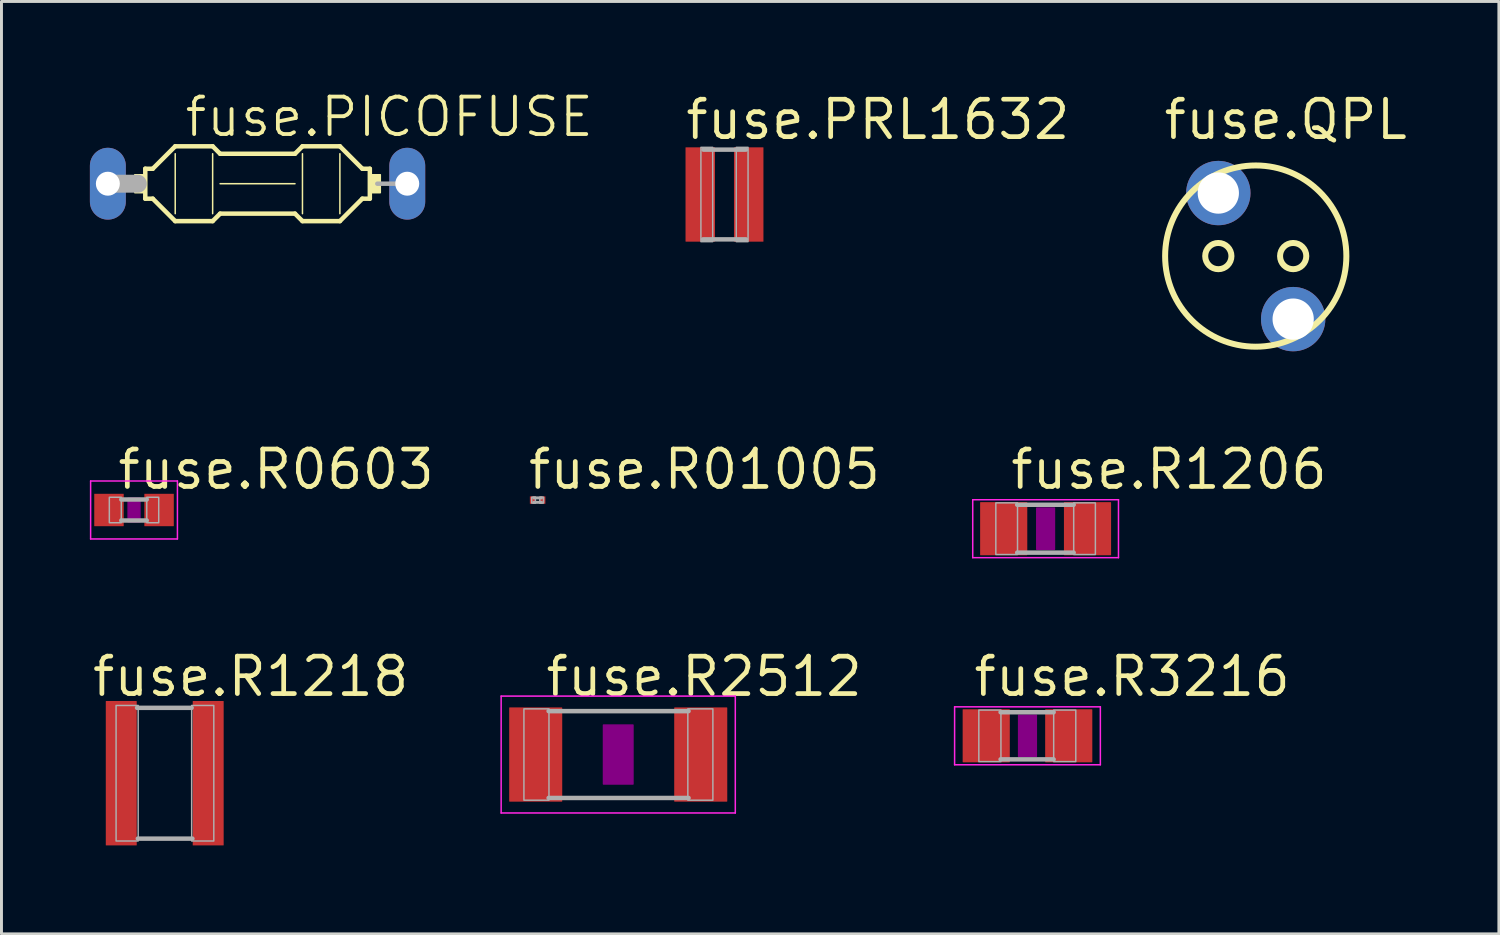
<source format=kicad_pcb>
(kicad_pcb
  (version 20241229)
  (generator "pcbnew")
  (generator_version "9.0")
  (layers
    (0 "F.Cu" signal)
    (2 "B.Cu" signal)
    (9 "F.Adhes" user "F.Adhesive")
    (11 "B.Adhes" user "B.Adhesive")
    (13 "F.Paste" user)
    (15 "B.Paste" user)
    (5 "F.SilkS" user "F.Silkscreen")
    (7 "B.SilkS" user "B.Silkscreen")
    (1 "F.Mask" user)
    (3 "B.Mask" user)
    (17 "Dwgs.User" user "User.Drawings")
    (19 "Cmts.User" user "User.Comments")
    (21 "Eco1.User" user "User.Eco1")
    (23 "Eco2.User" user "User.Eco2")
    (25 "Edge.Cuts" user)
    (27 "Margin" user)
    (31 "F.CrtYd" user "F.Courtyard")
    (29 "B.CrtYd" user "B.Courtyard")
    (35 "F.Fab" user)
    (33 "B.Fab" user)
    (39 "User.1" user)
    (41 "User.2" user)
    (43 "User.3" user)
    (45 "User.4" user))
  (footprint "fuse.R1218"
    (layer "F.Cu")
    (at 2.54 23.189)
    (property "Reference" "fuse.R1218" (at -2.54 -2.54 0) (layer "F.SilkS") (effects (font (size 1.27 1.27) (thickness 0.16)) (justify left bottom)))
    (attr smd)
    (fp_line (start -0.913 2.219) (end 0.939 2.219) (stroke (width 0.152) (type default)) (layer "F.Fab"))
    (fp_line (start 0.913 -2.219) (end -0.939 -2.219) (stroke (width 0.152) (type default)) (layer "F.Fab"))
    (fp_rect (start -1.651 2.3) (end -0.901 -2.3) (stroke (width 0.05) (type default)) (fill no) (layer "F.Fab"))
    (fp_rect (start 0.914 2.3) (end 1.665 -2.3) (stroke (width 0.05) (type default)) (fill no) (layer "F.Fab"))
    (pad "1" smd roundrect (at -1.475 0) (size 1.05 4.9) (layers "F.Cu" "F.Mask" "F.Paste") (roundrect_rratio 0.01))
    (pad "2" smd roundrect (at 1.475 0) (size 1.05 4.9) (layers "F.Cu" "F.Mask" "F.Paste") (roundrect_rratio 0.01)))
  (footprint "fuse.QPL"
    (layer "F.Cu")
    (at 39.563 5.64)
    (property "Reference" "fuse.QPL" (at -3.2 -3.89 0) (layer "F.SilkS") (effects (font (size 1.27 1.27) (thickness 0.16)) (justify left bottom)))
    (attr through_hole)
    (fp_circle (center -1.27 0) (end -0.825 0) (stroke (width 0.203) (type default)) (fill no) (layer "F.SilkS"))
    (fp_circle (center 0 0) (end 3.075 0) (stroke (width 0.203) (type default)) (fill no) (layer "F.SilkS"))
    (fp_circle (center 1.27 0) (end 1.715 0) (stroke (width 0.203) (type default)) (fill no) (layer "F.SilkS"))
    (pad "1" thru_hole circle (at -1.27 -2.139) (size 2.184 2.184) (drill 1.4) (layers "*.Cu" "*.Mask"))
    (pad "2" thru_hole circle (at 1.27 2.139) (size 2.184 2.184) (drill 1.4) (layers "*.Cu" "*.Mask")))
  (footprint "fuse.R1206"
    (layer "F.Cu")
    (at 32.432 14.891)
    (property "Reference" "fuse.R1206" (at -1.27 -1.27 0) (layer "F.SilkS") (effects (font (size 1.27 1.27) (thickness 0.16)) (justify left bottom)))
    (attr smd)
    (fp_rect (start -0.3 0.7) (end 0.3 -0.7) (stroke (width 0.05) (type default)) (fill yes) (layer "F.Adhes"))
    (fp_line (start -2.473 -0.983) (end 2.473 -0.983) (stroke (width 0.051) (type default)) (layer "F.CrtYd"))
    (fp_line (start -2.473 0.983) (end -2.473 -0.983) (stroke (width 0.051) (type default)) (layer "F.CrtYd"))
    (fp_line (start 2.473 -0.983) (end 2.473 0.983) (stroke (width 0.051) (type default)) (layer "F.CrtYd"))
    (fp_line (start 2.473 0.983) (end -2.473 0.983) (stroke (width 0.051) (type default)) (layer "F.CrtYd"))
    (fp_line (start 0.953 -0.813) (end -0.965 -0.813) (stroke (width 0.152) (type default)) (layer "F.Fab"))
    (fp_line (start 0.953 0.813) (end -0.965 0.813) (stroke (width 0.152) (type default)) (layer "F.Fab"))
    (fp_rect (start -1.689 0.876) (end -0.953 -0.876) (stroke (width 0.05) (type default)) (fill no) (layer "F.Fab"))
    (fp_rect (start 0.953 0.876) (end 1.689 -0.876) (stroke (width 0.05) (type default)) (fill no) (layer "F.Fab"))
    (pad "1" smd roundrect (at -1.422 0) (size 1.6 1.803) (layers "F.Cu" "F.Mask" "F.Paste") (roundrect_rratio 0.01))
    (pad "2" smd roundrect (at 1.422 0) (size 1.6 1.803) (layers "F.Cu" "F.Mask" "F.Paste") (roundrect_rratio 0.01)))
  (footprint "fuse.R3216"
    (layer "F.Cu")
    (at 31.817 21.919)
    (property "Reference" "fuse.R3216" (at -1.905 -1.27 0) (layer "F.SilkS") (effects (font (size 1.27 1.27) (thickness 0.16)) (justify left bottom)))
    (attr smd)
    (fp_rect (start -0.3 0.7) (end 0.3 -0.7) (stroke (width 0.05) (type default)) (fill yes) (layer "F.Adhes"))
    (fp_line (start -2.473 -0.983) (end 2.473 -0.983) (stroke (width 0.051) (type default)) (layer "F.CrtYd"))
    (fp_line (start -2.473 0.983) (end -2.473 -0.983) (stroke (width 0.051) (type default)) (layer "F.CrtYd"))
    (fp_line (start 2.473 -0.983) (end 2.473 0.983) (stroke (width 0.051) (type default)) (layer "F.CrtYd"))
    (fp_line (start 2.473 0.983) (end -2.473 0.983) (stroke (width 0.051) (type default)) (layer "F.CrtYd"))
    (fp_line (start -0.913 -0.8) (end 0.888 -0.8) (stroke (width 0.152) (type default)) (layer "F.Fab"))
    (fp_line (start -0.913 0.8) (end 0.888 0.8) (stroke (width 0.152) (type default)) (layer "F.Fab"))
    (fp_rect (start -1.651 0.876) (end -0.901 -0.874) (stroke (width 0.05) (type default)) (fill no) (layer "F.Fab"))
    (fp_rect (start 0.889 0.876) (end 1.639 -0.874) (stroke (width 0.05) (type default)) (fill no) (layer "F.Fab"))
    (pad "1" smd roundrect (at -1.4 0) (size 1.6 1.8) (layers "F.Cu" "F.Mask" "F.Paste") (roundrect_rratio 0.01))
    (pad "2" smd roundrect (at 1.4 0) (size 1.6 1.8) (layers "F.Cu" "F.Mask" "F.Paste") (roundrect_rratio 0.01)))
  (footprint "fuse.R2512"
    (layer "F.Cu")
    (at 17.929 22.555)
    (property "Reference" "fuse.R2512" (at -2.54 -1.905 0) (layer "F.SilkS") (effects (font (size 1.27 1.27) (thickness 0.16)) (justify left bottom)))
    (attr smd)
    (fp_rect (start -0.5 1) (end 0.5 -1) (stroke (width 0.05) (type default)) (fill yes) (layer "F.Adhes"))
    (fp_line (start -3.973 -1.983) (end 3.973 -1.983) (stroke (width 0.051) (type default)) (layer "F.CrtYd"))
    (fp_line (start -3.973 1.983) (end -3.973 -1.983) (stroke (width 0.051) (type default)) (layer "F.CrtYd"))
    (fp_line (start 3.973 -1.983) (end 3.973 1.983) (stroke (width 0.051) (type default)) (layer "F.CrtYd"))
    (fp_line (start 3.973 1.983) (end -3.973 1.983) (stroke (width 0.051) (type default)) (layer "F.CrtYd"))
    (fp_line (start -2.362 -1.473) (end 2.387 -1.473) (stroke (width 0.152) (type default)) (layer "F.Fab"))
    (fp_line (start -2.362 1.473) (end 2.387 1.473) (stroke (width 0.152) (type default)) (layer "F.Fab"))
    (fp_rect (start -3.2 1.549) (end -2.35 -1.551) (stroke (width 0.05) (type default)) (fill no) (layer "F.Fab"))
    (fp_rect (start 2.362 1.549) (end 3.212 -1.551) (stroke (width 0.05) (type default)) (fill no) (layer "F.Fab"))
    (pad "1" smd roundrect (at -2.8 0) (size 1.8 3.2) (layers "F.Cu" "F.Mask" "F.Paste") (roundrect_rratio 0.01))
    (pad "2" smd roundrect (at 2.8 0) (size 1.8 3.2) (layers "F.Cu" "F.Mask" "F.Paste") (roundrect_rratio 0.01)))
  (footprint "fuse.PRL1632"
    (layer "F.Cu")
    (at 21.535 3.55)
    (property "Reference" "fuse.PRL1632" (at -1.4 -1.8 0) (layer "F.SilkS") (effects (font (size 1.27 1.27) (thickness 0.16)) (justify left bottom)))
    (attr smd)
    (fp_line (start 0.728 -1.523) (end -0.715 -1.523) (stroke (width 0.152) (type default)) (layer "F.Fab"))
    (fp_line (start 0.728 1.523) (end -0.728 1.523) (stroke (width 0.152) (type default)) (layer "F.Fab"))
    (fp_rect (start -0.8 1.6) (end -0.4 -1.6) (stroke (width 0.05) (type default)) (fill no) (layer "F.Fab"))
    (fp_rect (start 0.4 1.6) (end 0.8 -1.6) (stroke (width 0.05) (type default)) (fill no) (layer "F.Fab"))
    (pad "1" smd roundrect (at -0.822 0) (size 1 3.2) (layers "F.Cu" "F.Mask" "F.Paste") (roundrect_rratio 0.01))
    (pad "2" smd roundrect (at 0.822 0) (size 1 3.2) (layers "F.Cu" "F.Mask" "F.Paste") (roundrect_rratio 0.01)))
  (footprint "fuse.R01005"
    (layer "F.Cu")
    (at 15.194 13.921)
    (property "Reference" "fuse.R01005" (at -0.4 -0.3 0) (layer "F.SilkS") (effects (font (size 1.27 1.27) (thickness 0.16)) (justify left bottom)))
    (attr smd)
    (fp_rect (start -0.2 0.1) (end -0.075 -0.1) (stroke (width 0.05) (type default)) (fill no) (layer "F.Fab"))
    (fp_rect (start -0.15 -0.05) (end 0.15 -0.1) (stroke (width 0.05) (type default)) (fill no) (layer "F.Fab"))
    (fp_rect (start -0.15 0.1) (end 0.15 0.05) (stroke (width 0.05) (type default)) (fill no) (layer "F.Fab"))
    (fp_rect (start 0.075 0.1) (end 0.2 -0.1) (stroke (width 0.05) (type default)) (fill no) (layer "F.Fab"))
    (pad "1" smd roundrect (at -0.163 0) (size 0.2 0.25) (layers "F.Cu" "F.Mask" "F.Paste") (roundrect_rratio 0.01))
    (pad "2" smd roundrect (at 0.163 0) (size 0.2 0.25) (layers "F.Cu" "F.Mask" "F.Paste") (roundrect_rratio 0.01)))
  (footprint "fuse.PICOFUSE"
    (layer "F.Cu")
    (at 5.69 3.184)
    (property "Reference" "fuse.PICOFUSE" (at -2.54 -1.524 0) (layer "F.SilkS") (effects (font (size 1.27 1.27) (thickness 0.13)) (justify left bottom)))
    (attr through_hole)
    (fp_line (start -3.81 -0.508) (end -3.81 0.508) (stroke (width 0.152) (type default)) (layer "F.SilkS"))
    (fp_line (start -3.81 0.508) (end -3.556 0.508) (stroke (width 0.152) (type default)) (layer "F.SilkS"))
    (fp_line (start -3.556 -0.508) (end -3.81 -0.508) (stroke (width 0.152) (type default)) (layer "F.SilkS"))
    (fp_line (start -3.556 0.508) (end -2.794 1.27) (stroke (width 0.152) (type default)) (layer "F.SilkS"))
    (fp_line (start -2.794 -1.27) (end -3.556 -0.508) (stroke (width 0.152) (type default)) (layer "F.SilkS"))
    (fp_line (start -2.794 -1.27) (end -1.524 -1.27) (stroke (width 0.152) (type default)) (layer "F.SilkS"))
    (fp_line (start -2.794 -1.016) (end -2.794 1.016) (stroke (width 0.051) (type default)) (layer "F.SilkS"))
    (fp_line (start -2.794 1.27) (end -1.524 1.27) (stroke (width 0.152) (type default)) (layer "F.SilkS"))
    (fp_line (start -1.524 -1.016) (end -1.524 1.016) (stroke (width 0.051) (type default)) (layer "F.SilkS"))
    (fp_line (start -1.27 -1.016) (end -1.524 -1.27) (stroke (width 0.152) (type default)) (layer "F.SilkS"))
    (fp_line (start -1.27 0) (end 1.27 0) (stroke (width 0.051) (type default)) (layer "F.SilkS"))
    (fp_line (start -1.27 1.016) (end -1.524 1.27) (stroke (width 0.152) (type default)) (layer "F.SilkS"))
    (fp_line (start 1.27 -1.016) (end -1.27 -1.016) (stroke (width 0.152) (type default)) (layer "F.SilkS"))
    (fp_line (start 1.27 -1.016) (end 1.524 -1.27) (stroke (width 0.152) (type default)) (layer "F.SilkS"))
    (fp_line (start 1.27 1.016) (end -1.27 1.016) (stroke (width 0.152) (type default)) (layer "F.SilkS"))
    (fp_line (start 1.27 1.016) (end 1.524 1.27) (stroke (width 0.152) (type default)) (layer "F.SilkS"))
    (fp_line (start 1.524 -1.016) (end 1.524 1.016) (stroke (width 0.051) (type default)) (layer "F.SilkS"))
    (fp_line (start 2.794 -1.27) (end 1.524 -1.27) (stroke (width 0.152) (type default)) (layer "F.SilkS"))
    (fp_line (start 2.794 -1.27) (end 3.556 -0.508) (stroke (width 0.152) (type default)) (layer "F.SilkS"))
    (fp_line (start 2.794 -1.016) (end 2.794 1.016) (stroke (width 0.051) (type default)) (layer "F.SilkS"))
    (fp_line (start 2.794 1.27) (end 1.524 1.27) (stroke (width 0.152) (type default)) (layer "F.SilkS"))
    (fp_line (start 2.794 1.27) (end 3.556 0.508) (stroke (width 0.152) (type default)) (layer "F.SilkS"))
    (fp_line (start 3.81 -0.508) (end 3.556 -0.508) (stroke (width 0.152) (type default)) (layer "F.SilkS"))
    (fp_line (start 3.81 -0.508) (end 3.81 0.508) (stroke (width 0.152) (type default)) (layer "F.SilkS"))
    (fp_line (start 3.81 0.508) (end 3.556 0.508) (stroke (width 0.152) (type default)) (layer "F.SilkS"))
    (fp_rect (start -4.166 0.305) (end -3.81 -0.305) (stroke (width 0.05) (type default)) (fill yes) (layer "F.SilkS"))
    (fp_rect (start 3.81 0.305) (end 4.166 -0.305) (stroke (width 0.05) (type default)) (fill yes) (layer "F.SilkS"))
    (fp_line (start -5.08 0) (end -4.064 0) (stroke (width 0.61) (type default)) (layer "F.Fab"))
    (fp_line (start 5.08 0) (end 4.064 0) (stroke (width 0.152) (type default)) (layer "F.Fab"))
    (pad "1" thru_hole oval (at -5.08 0 90) (size 2.438 1.219) (drill 0.813) (layers "*.Cu" "*.Mask"))
    (pad "2" thru_hole oval (at 5.08 0 90) (size 2.438 1.219) (drill 0.813) (layers "*.Cu" "*.Mask")))
  (footprint "fuse.R0603"
    (layer "F.Cu")
    (at 1.498 14.256)
    (property "Reference" "fuse.R0603" (at -0.635 -0.635 0) (layer "F.SilkS") (effects (font (size 1.27 1.27) (thickness 0.16)) (justify left bottom)))
    (attr smd)
    (fp_rect (start -0.2 0.4) (end 0.2 -0.4) (stroke (width 0.05) (type default)) (fill yes) (layer "F.Adhes"))
    (fp_line (start -1.473 -0.983) (end 1.473 -0.983) (stroke (width 0.051) (type default)) (layer "F.CrtYd"))
    (fp_line (start -1.473 0.983) (end -1.473 -0.983) (stroke (width 0.051) (type default)) (layer "F.CrtYd"))
    (fp_line (start 1.473 -0.983) (end 1.473 0.983) (stroke (width 0.051) (type default)) (layer "F.CrtYd"))
    (fp_line (start 1.473 0.983) (end -1.473 0.983) (stroke (width 0.051) (type default)) (layer "F.CrtYd"))
    (fp_line (start -0.432 0.356) (end 0.432 0.356) (stroke (width 0.152) (type default)) (layer "F.Fab"))
    (fp_line (start 0.432 -0.356) (end -0.432 -0.356) (stroke (width 0.152) (type default)) (layer "F.Fab"))
    (fp_rect (start -0.838 0.432) (end -0.432 -0.432) (stroke (width 0.05) (type default)) (fill no) (layer "F.Fab"))
    (fp_rect (start 0.432 0.432) (end 0.838 -0.432) (stroke (width 0.05) (type default)) (fill no) (layer "F.Fab"))
    (pad "1" smd roundrect (at -0.85 0) (size 1 1.1) (layers "F.Cu" "F.Mask" "F.Paste") (roundrect_rratio 0.01))
    (pad "2" smd roundrect (at 0.85 0) (size 1 1.1) (layers "F.Cu" "F.Mask" "F.Paste") (roundrect_rratio 0.01)))
  (gr_rect
    (start -3 -3)
    (end 47.814 28.64)
    (stroke (width 0.1) (type default))
    (fill no)
    (layer "Edge.Cuts")))
</source>
